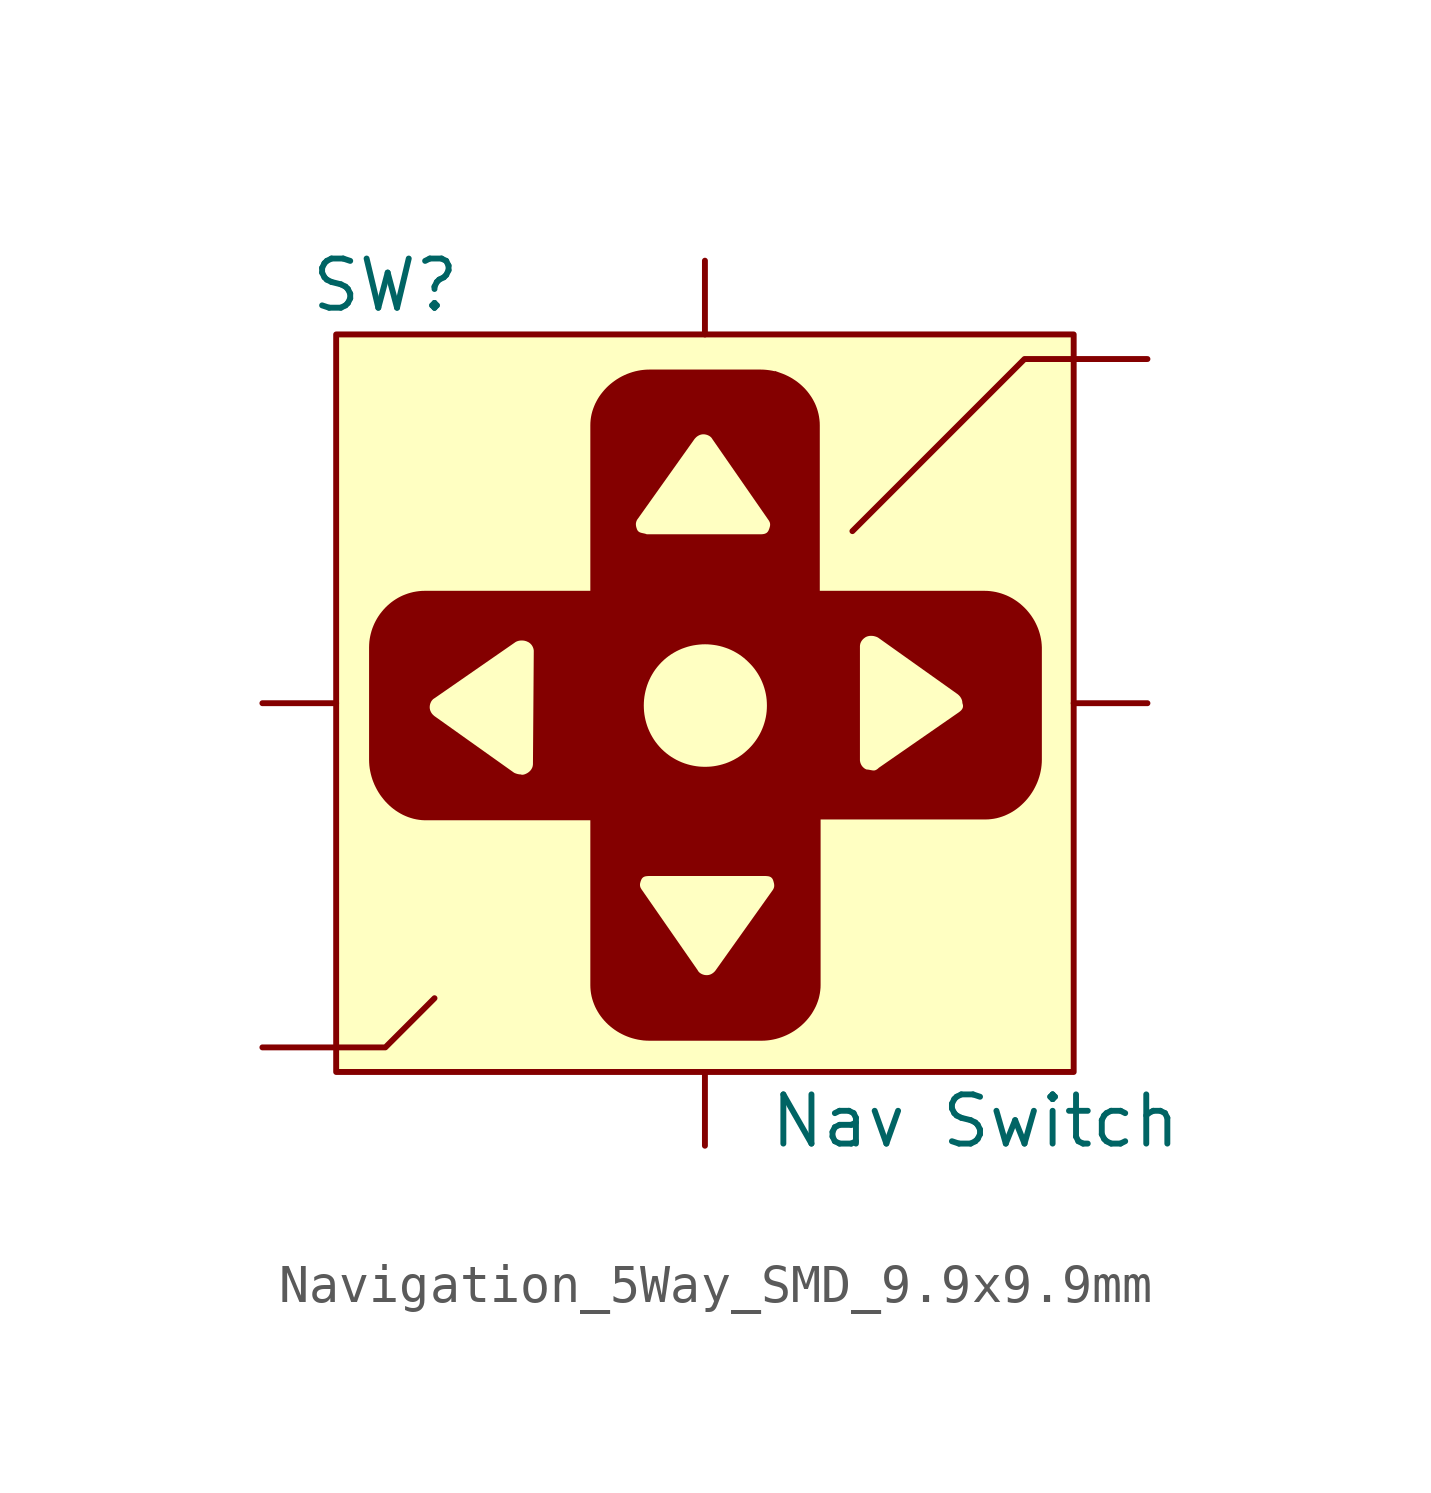
<source format=kicad_sym>
(kicad_symbol_lib
  (version 20241209)
  (generator "kicad_symbol_editor")
  (generator_version "9.0")
  (symbol "Navigation_5Way_SMD_9.9x9.9mm"
    (pin_numbers
      (hide yes))
    (pin_names
      (offset 0)
      (hide yes))
    (property "Reference" "SW"
      (at -8.255 10.795 0)
      (effects (font (size 1.27 1.27))))
    (property "Value" "Nav Switch"
      (at 6.985 -10.795 0)
      (effects (font (size 1.27 1.27))))
    (symbol "Navigation_5Way_SMD_9.9x9.9mm_1_0"
      (polyline (pts (xy 1.518 8.616) (xy 1.592 8.61) (xy 1.666 8.601) (xy 1.739 8.589) (xy 1.811 8.573) (xy 1.798 8.587) (xy 1.952 8.531) (xy 2.02 8.506) (xy 2.087 8.477) (xy 2.152 8.446) (xy 2.216 8.412) (xy 2.278 8.374) (xy 2.338 8.335) (xy 2.397 8.292) (xy 2.453 8.247) (xy 2.506 8.2) (xy 2.558 8.15) (xy 2.607 8.098) (xy 2.653 8.044) (xy 2.696 7.987) (xy 2.737 7.929) (xy 2.775 7.869) (xy 2.81 7.806) (xy 2.842 7.743) (xy 2.87 7.677) (xy 2.895 7.61) (xy 2.916 7.541) (xy 2.934 7.471) (xy 2.948 7.4) (xy 2.958 7.327) (xy 2.965 7.253) (xy 2.967 7.178) (xy 2.967 2.903) (xy 7.221 2.903) (xy 7.221 2.903) (xy 7.296 2.901) (xy 7.37 2.895) (xy 7.443 2.885) (xy 7.515 2.872) (xy 7.585 2.855) (xy 7.655 2.835) (xy 7.723 2.811) (xy 7.789 2.785) (xy 7.854 2.755) (xy 7.917 2.722) (xy 7.978 2.686) (xy 8.038 2.647) (xy 8.095 2.606) (xy 8.151 2.562) (xy 8.204 2.515) (xy 8.256 2.466) (xy 8.305 2.415) (xy 8.351 2.361) (xy 8.395 2.306) (xy 8.437 2.248) (xy 8.476 2.189) (xy 8.512 2.128) (xy 8.545 2.065) (xy 8.575 2.001) (xy 8.603 1.935) (xy 8.627 1.868) (xy 8.648 1.799) (xy 8.666 1.73) (xy 8.681 1.659) (xy 8.692 1.588) (xy 8.699 1.515) (xy 8.703 1.442) (xy 8.703 -1.458) (xy 8.701 -1.533) (xy 8.695 -1.608) (xy 8.686 -1.682) (xy 8.673 -1.755) (xy 8.657 -1.827) (xy 8.637 -1.899) (xy 8.614 -1.969) (xy 8.588 -2.038) (xy 8.558 -2.106) (xy 8.526 -2.172) (xy 8.491 -2.237) (xy 8.453 -2.3) (xy 8.412 -2.361) (xy 8.369 -2.42) (xy 8.323 -2.477) (xy 8.274 -2.532) (xy 8.223 -2.584) (xy 8.17 -2.634) (xy 8.115 -2.682) (xy 8.058 -2.726) (xy 7.999 -2.768) (xy 7.938 -2.807) (xy 7.875 -2.842) (xy 7.81 -2.874) (xy 7.744 -2.904) (xy 7.676 -2.929) (xy 7.607 -2.951) (xy 7.536 -2.97) (xy 7.464 -2.984) (xy 7.391 -2.994) (xy 7.317 -3.001) (xy 7.242 -3.003) (xy 2.988 -3.003) (xy 2.988 -7.279) (xy 2.986 -7.352) (xy 2.979 -7.424) (xy 2.969 -7.495) (xy 2.955 -7.565) (xy 2.938 -7.634) (xy 2.916 -7.702) (xy 2.891 -7.769) (xy 2.863 -7.834) (xy 2.831 -7.897) (xy 2.796 -7.959) (xy 2.759 -8.02) (xy 2.718 -8.078) (xy 2.674 -8.135) (xy 2.628 -8.189) (xy 2.579 -8.242) (xy 2.527 -8.292) (xy 2.474 -8.34) (xy 2.418 -8.385) (xy 2.36 -8.428) (xy 2.3 -8.469) (xy 2.237 -8.507) (xy 2.174 -8.542) (xy 2.108 -8.574) (xy 2.041 -8.603) (xy 1.973 -8.629) (xy 1.903 -8.652) (xy 1.832 -8.672) (xy 1.76 -8.688) (xy 1.687 -8.701) (xy 1.613 -8.71) (xy 1.539 -8.716) (xy 1.464 -8.718) (xy -1.436 -8.718) (xy -1.511 -8.716) (xy -1.586 -8.711) (xy -1.659 -8.701) (xy -1.732 -8.689) (xy -1.804 -8.673) (xy -1.875 -8.654) (xy -1.945 -8.632) (xy -2.014 -8.606) (xy -2.08 -8.578) (xy -2.146 -8.546) (xy -2.21 -8.512) (xy -2.272 -8.475) (xy -2.332 -8.435) (xy -2.39 -8.392) (xy -2.446 -8.347) (xy -2.5 -8.3) (xy -2.551 -8.25) (xy -2.6 -8.198) (xy -2.646 -8.144) (xy -2.69 -8.087) (xy -2.731 -8.029) (xy -2.768 -7.969) (xy -2.803 -7.907) (xy -2.835 -7.843) (xy -2.863 -7.777) (xy -2.888 -7.71) (xy -2.91 -7.641) (xy -2.928 -7.571) (xy -2.942 -7.5) (xy -2.952 -7.427) (xy -2.958 -7.353) (xy -2.96 -7.279) (xy -2.96 -4.689) (xy -1.677 -4.689) (xy -1.677 -4.697) (xy -1.677 -4.704) (xy -1.676 -4.712) (xy -1.675 -4.719) (xy -1.674 -4.726) (xy -1.672 -4.734) (xy -1.671 -4.741) (xy -1.668 -4.748) (xy -1.666 -4.755) (xy -1.663 -4.763) (xy -1.656 -4.777) (xy -1.647 -4.792) (xy -1.638 -4.808) (xy -1.627 -4.823) (xy -0.187 -6.897) (xy -0.183 -6.905) (xy -0.179 -6.913) (xy -0.174 -6.92) (xy -0.169 -6.927) (xy -0.163 -6.934) (xy -0.157 -6.941) (xy -0.145 -6.953) (xy -0.132 -6.965) (xy -0.117 -6.975) (xy -0.102 -6.984) (xy -0.087 -6.993) (xy -0.071 -7) (xy -0.054 -7.007) (xy -0.037 -7.012) (xy -0.021 -7.017) (xy -0.004 -7.02) (xy 0.013 -7.022) (xy 0.029 -7.024) (xy 0.045 -7.024) (xy 0.061 -7.024) (xy 0.077 -7.022) (xy 0.093 -7.02) (xy 0.109 -7.017) (xy 0.124 -7.012) (xy 0.14 -7.007) (xy 0.155 -7) (xy 0.17 -6.993) (xy 0.185 -6.984) (xy 0.199 -6.975) (xy 0.213 -6.965) (xy 0.227 -6.953) (xy 0.24 -6.941) (xy 0.254 -6.927) (xy 0.266 -6.913) (xy 0.278 -6.897) (xy 1.739 -4.844) (xy 1.739 -4.844) (xy 1.75 -4.829) (xy 1.76 -4.814) (xy 1.768 -4.798) (xy 1.775 -4.784) (xy 1.78 -4.769) (xy 1.785 -4.754) (xy 1.788 -4.738) (xy 1.789 -4.723) (xy 1.79 -4.707) (xy 1.789 -4.69) (xy 1.787 -4.672) (xy 1.784 -4.654) (xy 1.779 -4.635) (xy 1.774 -4.614) (xy 1.767 -4.592) (xy 1.76 -4.569) (xy 1.756 -4.56) (xy 1.752 -4.551) (xy 1.747 -4.542) (xy 1.742 -4.534) (xy 1.737 -4.527) (xy 1.732 -4.52) (xy 1.726 -4.514) (xy 1.72 -4.508) (xy 1.714 -4.503) (xy 1.708 -4.498) (xy 1.701 -4.493) (xy 1.694 -4.489) (xy 1.687 -4.486) (xy 1.68 -4.482) (xy 1.665 -4.477) (xy 1.648 -4.472) (xy 1.631 -4.469) (xy 1.613 -4.467) (xy 1.593 -4.465) (xy 1.573 -4.464) (xy 1.552 -4.464) (xy 1.506 -4.463) (xy -1.394 -4.463) (xy -1.44 -4.464) (xy -1.461 -4.464) (xy -1.481 -4.465) (xy -1.5 -4.467) (xy -1.519 -4.469) (xy -1.528 -4.471) (xy -1.536 -4.472) (xy -1.544 -4.474) (xy -1.553 -4.477) (xy -1.56 -4.479) (xy -1.568 -4.482) (xy -1.575 -4.486) (xy -1.582 -4.489) (xy -1.589 -4.493) (xy -1.596 -4.498) (xy -1.602 -4.503) (xy -1.608 -4.508) (xy -1.614 -4.514) (xy -1.619 -4.52) (xy -1.625 -4.527) (xy -1.63 -4.534) (xy -1.635 -4.542) (xy -1.639 -4.551) (xy -1.644 -4.56) (xy -1.648 -4.569) (xy -1.655 -4.589) (xy -1.662 -4.607) (xy -1.667 -4.625) (xy -1.671 -4.642) (xy -1.675 -4.658) (xy -1.677 -4.674) (xy -1.677 -4.689) (xy -2.96 -4.689) (xy -2.96 -3.024) (xy -7.236 -3.024) (xy -7.311 -3.02) (xy -7.384 -3.012) (xy -7.457 -3) (xy -7.529 -2.984) (xy -7.598 -2.964) (xy -7.667 -2.941) (xy -7.734 -2.914) (xy -7.8 -2.884) (xy -7.864 -2.85) (xy -7.926 -2.813) (xy -7.986 -2.774) (xy -8.045 -2.731) (xy -8.101 -2.686) (xy -8.155 -2.638) (xy -8.207 -2.587) (xy -8.257 -2.535) (xy -8.304 -2.479) (xy -8.349 -2.422) (xy -8.392 -2.363) (xy -8.432 -2.301) (xy -8.469 -2.238) (xy -8.503 -2.173) (xy -8.535 -2.107) (xy -8.563 -2.039) (xy -8.589 -1.97) (xy -8.611 -1.899) (xy -8.63 -1.828) (xy -8.646 -1.755) (xy -8.659 -1.682) (xy -8.668 -1.608) (xy -8.673 -1.533) (xy -8.675 -1.458) (xy -8.675 -0.103) (xy -7.109 -0.103) (xy -7.108 -0.119) (xy -7.107 -0.135) (xy -7.104 -0.15) (xy -7.101 -0.166) (xy -7.096 -0.182) (xy -7.091 -0.197) (xy -7.084 -0.212) (xy -7.077 -0.227) (xy -7.069 -0.242) (xy -7.059 -0.257) (xy -7.049 -0.271) (xy -7.037 -0.285) (xy -7.025 -0.298) (xy -7.011 -0.311) (xy -6.997 -0.324) (xy -6.982 -0.336) (xy -4.929 -1.796) (xy -4.912 -1.804) (xy -4.893 -1.812) (xy -4.883 -1.815) (xy -4.873 -1.819) (xy -4.863 -1.822) (xy -4.852 -1.825) (xy -4.841 -1.828) (xy -4.83 -1.831) (xy -4.818 -1.833) (xy -4.806 -1.835) (xy -4.795 -1.837) (xy -4.783 -1.838) (xy -4.771 -1.838) (xy -4.759 -1.839) (xy -4.755 -1.841) (xy -4.751 -1.842) (xy -4.747 -1.843) (xy -4.742 -1.845) (xy -4.738 -1.846) (xy -4.734 -1.846) (xy -4.724 -1.847) (xy -4.715 -1.847) (xy -4.705 -1.847) (xy -4.695 -1.846) (xy -4.685 -1.844) (xy -4.675 -1.842) (xy -4.665 -1.839) (xy -4.656 -1.836) (xy -4.646 -1.833) (xy -4.637 -1.829) (xy -4.628 -1.825) (xy -4.619 -1.821) (xy -4.611 -1.817) (xy -4.595 -1.809) (xy -4.58 -1.8) (xy -4.564 -1.789) (xy -4.549 -1.778) (xy -4.534 -1.765) (xy -4.52 -1.752) (xy -4.507 -1.738) (xy -4.495 -1.722) (xy -4.483 -1.706) (xy -4.473 -1.688) (xy -4.464 -1.67) (xy -4.456 -1.651) (xy -4.453 -1.641) (xy -4.45 -1.631) (xy -4.448 -1.62) (xy -4.446 -1.609) (xy -4.444 -1.598) (xy -4.443 -1.587) (xy -4.442 -1.575) (xy -4.442 -1.563) (xy -4.431 -0.061) (xy -1.579 -0.061) (xy -1.577 -0.137) (xy -1.572 -0.213) (xy -1.563 -0.289) (xy -1.55 -0.365) (xy -1.534 -0.44) (xy -1.514 -0.514) (xy -1.491 -0.587) (xy -1.464 -0.659) (xy -1.433 -0.73) (xy -1.399 -0.8) (xy -1.361 -0.868) (xy -1.32 -0.935) (xy -1.275 -1) (xy -1.226 -1.063) (xy -1.174 -1.124) (xy -1.119 -1.183) (xy -1.06 -1.238) (xy -0.999 -1.29) (xy -0.936 -1.339) (xy -0.871 -1.384) (xy -0.804 -1.425) (xy -0.736 -1.463) (xy -0.666 -1.497) (xy -0.595 -1.528) (xy -0.523 -1.555) (xy -0.45 -1.578) (xy -0.376 -1.598) (xy -0.301 -1.614) (xy -0.225 -1.627) (xy -0.149 -1.636) (xy -0.073 -1.641) (xy 0.003 -1.643) (xy 0.08 -1.641) (xy 0.156 -1.636) (xy 0.232 -1.627) (xy 0.307 -1.614) (xy 0.382 -1.598) (xy 0.456 -1.578) (xy 0.53 -1.555) (xy 0.602 -1.528) (xy 0.673 -1.497) (xy 0.743 -1.463) (xy 0.752 -1.458) (xy 4.004 -1.458) (xy 4.004 -1.468) (xy 4.004 -1.478) (xy 4.005 -1.488) (xy 4.007 -1.497) (xy 4.008 -1.507) (xy 4.01 -1.517) (xy 4.013 -1.527) (xy 4.015 -1.536) (xy 4.018 -1.546) (xy 4.022 -1.555) (xy 4.025 -1.564) (xy 4.029 -1.573) (xy 4.034 -1.583) (xy 4.038 -1.591) (xy 4.043 -1.6) (xy 4.049 -1.609) (xy 4.054 -1.617) (xy 4.06 -1.625) (xy 4.066 -1.633) (xy 4.073 -1.641) (xy 4.08 -1.648) (xy 4.087 -1.655) (xy 4.094 -1.662) (xy 4.102 -1.669) (xy 4.11 -1.675) (xy 4.118 -1.682) (xy 4.127 -1.688) (xy 4.135 -1.693) (xy 4.144 -1.698) (xy 4.154 -1.703) (xy 4.163 -1.708) (xy 4.173 -1.712) (xy 4.181 -1.712) (xy 4.191 -1.713) (xy 4.201 -1.714) (xy 4.211 -1.715) (xy 4.233 -1.718) (xy 4.255 -1.722) (xy 4.295 -1.73) (xy 4.311 -1.732) (xy 4.316 -1.733) (xy 4.321 -1.733) (xy 4.327 -1.735) (xy 4.333 -1.736) (xy 4.339 -1.737) (xy 4.345 -1.738) (xy 4.351 -1.738) (xy 4.357 -1.738) (xy 4.363 -1.738) (xy 4.369 -1.738) (xy 4.374 -1.737) (xy 4.38 -1.736) (xy 4.386 -1.735) (xy 4.391 -1.733) (xy 4.397 -1.732) (xy 4.403 -1.73) (xy 4.414 -1.725) (xy 4.425 -1.72) (xy 4.435 -1.714) (xy 4.445 -1.707) (xy 4.455 -1.7) (xy 4.465 -1.693) (xy 4.474 -1.685) (xy 4.482 -1.677) (xy 4.49 -1.669) (xy 6.565 -0.23) (xy 6.565 -0.23) (xy 6.58 -0.218) (xy 6.595 -0.206) (xy 6.608 -0.194) (xy 6.62 -0.182) (xy 6.631 -0.169) (xy 6.64 -0.156) (xy 6.644 -0.15) (xy 6.648 -0.143) (xy 6.652 -0.136) (xy 6.655 -0.129) (xy 6.658 -0.122) (xy 6.66 -0.115) (xy 6.662 -0.108) (xy 6.664 -0.101) (xy 6.665 -0.093) (xy 6.666 -0.085) (xy 6.666 -0.077) (xy 6.666 -0.069) (xy 6.666 -0.061) (xy 6.665 -0.052) (xy 6.663 -0.044) (xy 6.662 -0.035) (xy 6.659 -0.026) (xy 6.657 -0.017) (xy 6.653 -0.007) (xy 6.65 0.003) (xy 6.649 0.019) (xy 6.648 0.035) (xy 6.645 0.05) (xy 6.642 0.066) (xy 6.637 0.082) (xy 6.632 0.097) (xy 6.625 0.112) (xy 6.618 0.127) (xy 6.609 0.142) (xy 6.6 0.156) (xy 6.59 0.171) (xy 6.578 0.184) (xy 6.566 0.198) (xy 6.552 0.211) (xy 6.538 0.224) (xy 6.523 0.236) (xy 4.47 1.696) (xy 4.453 1.704) (xy 4.437 1.711) (xy 4.42 1.718) (xy 4.402 1.723) (xy 4.385 1.728) (xy 4.366 1.733) (xy 4.348 1.736) (xy 4.329 1.738) (xy 4.31 1.74) (xy 4.291 1.74) (xy 4.272 1.74) (xy 4.252 1.738) (xy 4.232 1.735) (xy 4.213 1.73) (xy 4.193 1.725) (xy 4.173 1.717) (xy 4.157 1.709) (xy 4.141 1.7) (xy 4.126 1.689) (xy 4.111 1.678) (xy 4.096 1.665) (xy 4.082 1.652) (xy 4.069 1.637) (xy 4.057 1.622) (xy 4.045 1.606) (xy 4.035 1.588) (xy 4.026 1.57) (xy 4.018 1.551) (xy 4.015 1.541) (xy 4.012 1.53) (xy 4.01 1.52) (xy 4.008 1.509) (xy 4.006 1.498) (xy 4.005 1.487) (xy 4.004 1.475) (xy 4.004 1.463) (xy 4.004 -1.458) (xy 0.752 -1.458) (xy 0.811 -1.425) (xy 0.878 -1.384) (xy 0.943 -1.339) (xy 1.006 -1.29) (xy 1.066 -1.238) (xy 1.125 -1.183) (xy 1.183 -1.124) (xy 1.237 -1.063) (xy 1.287 -1) (xy 1.333 -0.935) (xy 1.376 -0.868) (xy 1.415 -0.8) (xy 1.451 -0.73) (xy 1.482 -0.659) (xy 1.51 -0.587) (xy 1.534 -0.514) (xy 1.555 -0.44) (xy 1.572 -0.365) (xy 1.585 -0.289) (xy 1.594 -0.213) (xy 1.599 -0.137) (xy 1.601 -0.061) (xy 1.599 0.016) (xy 1.594 0.092) (xy 1.585 0.168) (xy 1.572 0.243) (xy 1.555 0.318) (xy 1.534 0.393) (xy 1.51 0.466) (xy 1.482 0.538) (xy 1.451 0.609) (xy 1.415 0.679) (xy 1.376 0.747) (xy 1.333 0.814) (xy 1.287 0.879) (xy 1.237 0.942) (xy 1.183 1.002) (xy 1.125 1.061) (xy 1.066 1.117) (xy 1.006 1.169) (xy 0.943 1.218) (xy 0.878 1.263) (xy 0.811 1.304) (xy 0.743 1.342) (xy 0.673 1.376) (xy 0.602 1.407) (xy 0.53 1.433) (xy 0.456 1.457) (xy 0.382 1.477) (xy 0.307 1.493) (xy 0.232 1.505) (xy 0.156 1.514) (xy 0.08 1.52) (xy 0.003 1.522) (xy -0.073 1.52) (xy -0.149 1.514) (xy -0.225 1.505) (xy -0.301 1.493) (xy -0.376 1.477) (xy -0.45 1.457) (xy -0.523 1.433) (xy -0.595 1.407) (xy -0.666 1.376) (xy -0.736 1.342) (xy -0.804 1.304) (xy -0.871 1.263) (xy -0.936 1.218) (xy -0.999 1.169) (xy -1.06 1.117) (xy -1.119 1.061) (xy -1.174 1.002) (xy -1.226 0.942) (xy -1.275 0.879) (xy -1.32 0.814) (xy -1.361 0.747) (xy -1.399 0.679) (xy -1.433 0.609) (xy -1.464 0.538) (xy -1.491 0.466) (xy -1.514 0.392) (xy -1.534 0.318) (xy -1.55 0.243) (xy -1.563 0.168) (xy -1.572 0.092) (xy -1.577 0.016) (xy -1.579 -0.061) (xy -4.431 -0.061) (xy -4.421 1.336) (xy -4.421 1.346) (xy -4.421 1.356) (xy -4.422 1.366) (xy -4.423 1.376) (xy -4.425 1.386) (xy -4.427 1.395) (xy -4.429 1.405) (xy -4.432 1.415) (xy -4.435 1.424) (xy -4.439 1.434) (xy -4.442 1.443) (xy -4.446 1.452) (xy -4.451 1.461) (xy -4.455 1.47) (xy -4.46 1.479) (xy -4.466 1.487) (xy -4.471 1.496) (xy -4.477 1.504) (xy -4.483 1.512) (xy -4.49 1.519) (xy -4.497 1.527) (xy -4.504 1.534) (xy -4.511 1.541) (xy -4.519 1.548) (xy -4.527 1.554) (xy -4.535 1.56) (xy -4.543 1.566) (xy -4.552 1.572) (xy -4.561 1.577) (xy -4.571 1.582) (xy -4.58 1.586) (xy -4.59 1.59) (xy -4.606 1.598) (xy -4.624 1.604) (xy -4.643 1.609) (xy -4.663 1.614) (xy -4.684 1.617) (xy -4.705 1.619) (xy -4.727 1.62) (xy -4.749 1.619) (xy -4.771 1.618) (xy -4.792 1.615) (xy -4.813 1.611) (xy -4.834 1.605) (xy -4.854 1.598) (xy -4.873 1.59) (xy -4.891 1.58) (xy -4.899 1.575) (xy -4.907 1.569) (xy -6.982 0.13) (xy -6.99 0.126) (xy -6.997 0.121) (xy -7.005 0.116) (xy -7.011 0.111) (xy -7.018 0.106) (xy -7.025 0.1) (xy -7.037 0.087) (xy -7.049 0.074) (xy -7.059 0.06) (xy -7.069 0.045) (xy -7.077 0.029) (xy -7.084 0.013) (xy -7.091 -0.003) (xy -7.096 -0.02) (xy -7.101 -0.037) (xy -7.104 -0.054) (xy -7.107 -0.07) (xy -7.108 -0.087) (xy -7.109 -0.103) (xy -8.675 -0.103) (xy -8.675 1.442) (xy -8.673 1.515) (xy -8.668 1.588) (xy -8.659 1.659) (xy -8.646 1.73) (xy -8.63 1.799) (xy -8.611 1.868) (xy -8.589 1.935) (xy -8.563 2.001) (xy -8.535 2.065) (xy -8.503 2.128) (xy -8.469 2.189) (xy -8.432 2.248) (xy -8.392 2.306) (xy -8.349 2.361) (xy -8.304 2.415) (xy -8.257 2.466) (xy -8.207 2.515) (xy -8.155 2.562) (xy -8.101 2.606) (xy -8.045 2.647) (xy -7.986 2.686) (xy -7.926 2.722) (xy -7.864 2.755) (xy -7.8 2.785) (xy -7.734 2.811) (xy -7.667 2.835) (xy -7.598 2.855) (xy -7.529 2.872) (xy -7.457 2.885) (xy -7.384 2.895) (xy -7.311 2.901) (xy -7.236 2.903) (xy -2.96 2.903) (xy -2.96 4.619) (xy -1.783 4.619) (xy -1.782 4.601) (xy -1.78 4.584) (xy -1.777 4.566) (xy -1.773 4.548) (xy -1.767 4.529) (xy -1.761 4.51) (xy -1.754 4.49) (xy -1.749 4.481) (xy -1.745 4.472) (xy -1.74 4.464) (xy -1.735 4.456) (xy -1.729 4.449) (xy -1.724 4.443) (xy -1.717 4.437) (xy -1.711 4.432) (xy -1.704 4.427) (xy -1.697 4.422) (xy -1.69 4.418) (xy -1.683 4.415) (xy -1.667 4.408) (xy -1.65 4.403) (xy -1.633 4.398) (xy -1.615 4.394) (xy -1.578 4.386) (xy -1.559 4.382) (xy -1.539 4.377) (xy -1.519 4.37) (xy -1.5 4.363) (xy 1.4 4.363) (xy 1.44 4.364) (xy 1.459 4.364) (xy 1.479 4.365) (xy 1.498 4.367) (xy 1.516 4.37) (xy 1.525 4.372) (xy 1.534 4.374) (xy 1.543 4.376) (xy 1.551 4.379) (xy 1.559 4.382) (xy 1.568 4.386) (xy 1.575 4.39) (xy 1.583 4.394) (xy 1.591 4.399) (xy 1.598 4.404) (xy 1.605 4.41) (xy 1.612 4.417) (xy 1.618 4.424) (xy 1.624 4.431) (xy 1.63 4.439) (xy 1.635 4.448) (xy 1.641 4.458) (xy 1.646 4.468) (xy 1.65 4.479) (xy 1.654 4.49) (xy 1.662 4.51) (xy 1.668 4.528) (xy 1.673 4.546) (xy 1.678 4.563) (xy 1.681 4.579) (xy 1.683 4.595) (xy 1.684 4.61) (xy 1.684 4.618) (xy 1.683 4.625) (xy 1.683 4.633) (xy 1.682 4.64) (xy 1.681 4.647) (xy 1.679 4.654) (xy 1.677 4.662) (xy 1.675 4.669) (xy 1.672 4.676) (xy 1.669 4.684) (xy 1.662 4.698) (xy 1.654 4.713) (xy 1.644 4.729) (xy 1.633 4.744) (xy 0.194 6.819) (xy 0.19 6.826) (xy 0.185 6.834) (xy 0.18 6.841) (xy 0.175 6.848) (xy 0.17 6.855) (xy 0.164 6.862) (xy 0.151 6.874) (xy 0.138 6.886) (xy 0.124 6.896) (xy 0.109 6.905) (xy 0.093 6.914) (xy 0.077 6.921) (xy 0.061 6.928) (xy 0.044 6.933) (xy 0.027 6.938) (xy 0.01 6.941) (xy -0.006 6.944) (xy -0.023 6.945) (xy -0.039 6.946) (xy -0.055 6.945) (xy -0.071 6.944) (xy -0.087 6.941) (xy -0.102 6.938) (xy -0.118 6.933) (xy -0.133 6.928) (xy -0.148 6.921) (xy -0.163 6.914) (xy -0.178 6.905) (xy -0.193 6.896) (xy -0.207 6.886) (xy -0.221 6.874) (xy -0.234 6.862) (xy -0.247 6.848) (xy -0.26 6.834) (xy -0.272 6.819) (xy -1.732 4.765) (xy -1.744 4.75) (xy -1.753 4.734) (xy -1.762 4.718) (xy -1.768 4.702) (xy -1.774 4.685) (xy -1.778 4.669) (xy -1.781 4.652) (xy -1.783 4.636) (xy -1.783 4.619) (xy -2.96 4.619) (xy -2.96 7.178) (xy -2.958 7.251) (xy -2.952 7.324) (xy -2.942 7.395) (xy -2.928 7.465) (xy -2.91 7.534) (xy -2.888 7.602) (xy -2.863 7.668) (xy -2.835 7.734) (xy -2.803 7.797) (xy -2.769 7.859) (xy -2.731 7.92) (xy -2.69 7.978) (xy -2.646 8.034) (xy -2.6 8.089) (xy -2.551 8.142) (xy -2.5 8.192) (xy -2.446 8.24) (xy -2.39 8.285) (xy -2.332 8.328) (xy -2.272 8.369) (xy -2.21 8.407) (xy -2.146 8.442) (xy -2.08 8.474) (xy -2.014 8.503) (xy -1.945 8.529) (xy -1.875 8.552) (xy -1.804 8.572) (xy -1.732 8.588) (xy -1.659 8.601) (xy -1.586 8.61) (xy -1.511 8.616) (xy -1.436 8.618) (xy 1.443 8.618) (xy 1.518 8.616)) (stroke (width -0.0001) (type solid)) (fill (type outline))))
    (symbol "Navigation_5Way_SMD_9.9x9.9mm_1_1"
      (rectangle (start -9.525 9.525) (end 9.525 -9.525) (stroke (width 0) (type default)) (fill (type background)))
      (polyline (pts (xy -6.985 -7.62) (xy -8.255 -8.89) (xy -9.525 -8.89)) (stroke (width 0) (type default)) (fill (type none)))
      (polyline (pts (xy 3.81 4.445) (xy 8.255 8.89) (xy 9.525 8.89)) (stroke (width 0) (type default)) (fill (type none)))
      (pin passive line (at -11.43 0 0) (length 1.905) (name "Left" (effects (font (size 1.27 1.27)))) (number "7" (effects (font (size 1.27 1.27)))))
      (pin passive line (at -11.43 -8.89 0) (length 1.905) (name "GND" (effects (font (size 1.27 1.27)))) (number "10" (effects (font (size 1.27 1.27)))))
      (pin passive line (at -11.43 -8.89 0) (length 1.905) (hide yes) (name "GND" (effects (font (size 1.27 1.27)))) (number "3" (effects (font (size 1.27 1.27)))))
      (pin passive line (at -11.43 -8.89 0) (length 1.905) (hide yes) (name "GND" (effects (font (size 1.27 1.27)))) (number "6" (effects (font (size 1.27 1.27)))))
      (pin passive line (at -11.43 -8.89 0) (length 1.905) (hide yes) (name "GND" (effects (font (size 1.27 1.27)))) (number "8" (effects (font (size 1.27 1.27)))))
      (pin passive line (at -11.43 -8.89 0) (length 1.905) (hide yes) (name "GND" (effects (font (size 1.27 1.27)))) (number "9" (effects (font (size 1.27 1.27)))))
      (pin passive line (at 0 11.43 270) (length 1.905) (name "Up" (effects (font (size 1.27 1.27)))) (number "1" (effects (font (size 1.27 1.27)))))
      (pin passive line (at 0 -11.43 90) (length 1.905) (name "Down" (effects (font (size 1.27 1.27)))) (number "5" (effects (font (size 1.27 1.27)))))
      (pin passive line (at 11.43 8.89 180) (length 1.905) (name "Center" (effects (font (size 1.27 1.27)))) (number "4" (effects (font (size 1.27 1.27)))))
      (pin passive line (at 11.43 0 180) (length 1.905) (name "Right" (effects (font (size 1.27 1.27)))) (number "2" (effects (font (size 1.27 1.27))))))))
</source>
